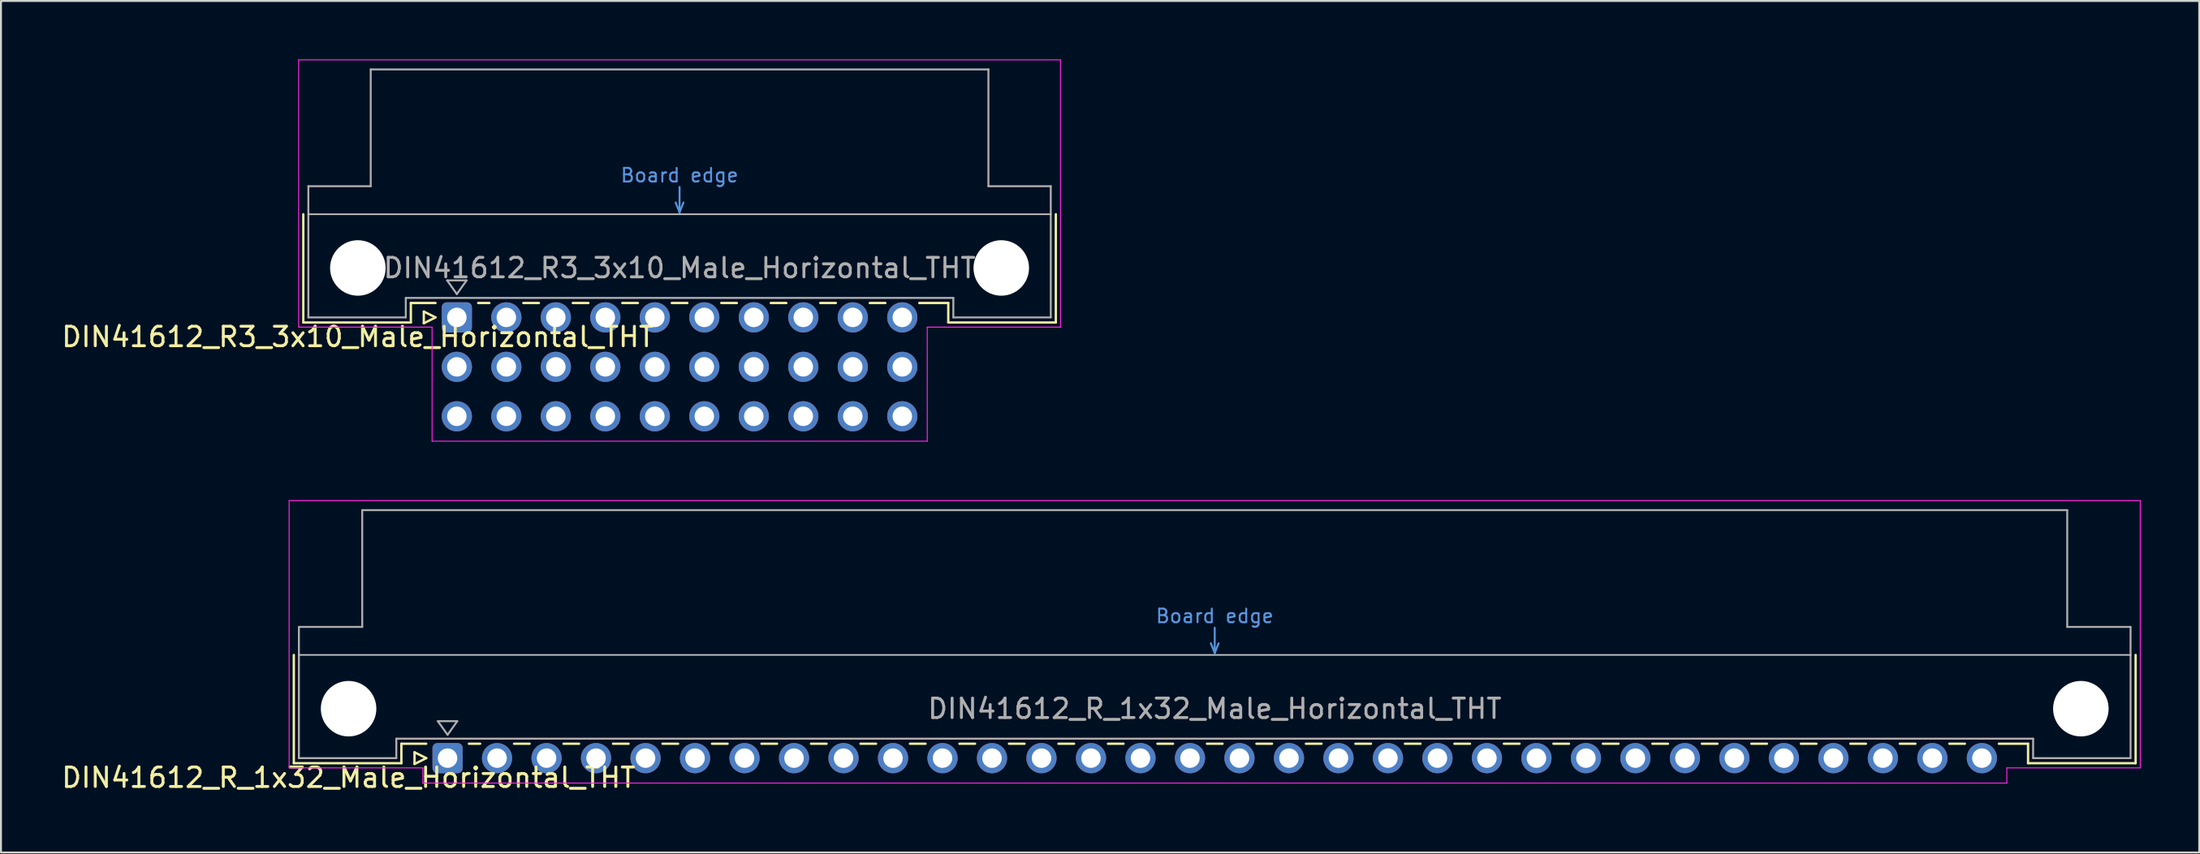
<source format=kicad_pcb>
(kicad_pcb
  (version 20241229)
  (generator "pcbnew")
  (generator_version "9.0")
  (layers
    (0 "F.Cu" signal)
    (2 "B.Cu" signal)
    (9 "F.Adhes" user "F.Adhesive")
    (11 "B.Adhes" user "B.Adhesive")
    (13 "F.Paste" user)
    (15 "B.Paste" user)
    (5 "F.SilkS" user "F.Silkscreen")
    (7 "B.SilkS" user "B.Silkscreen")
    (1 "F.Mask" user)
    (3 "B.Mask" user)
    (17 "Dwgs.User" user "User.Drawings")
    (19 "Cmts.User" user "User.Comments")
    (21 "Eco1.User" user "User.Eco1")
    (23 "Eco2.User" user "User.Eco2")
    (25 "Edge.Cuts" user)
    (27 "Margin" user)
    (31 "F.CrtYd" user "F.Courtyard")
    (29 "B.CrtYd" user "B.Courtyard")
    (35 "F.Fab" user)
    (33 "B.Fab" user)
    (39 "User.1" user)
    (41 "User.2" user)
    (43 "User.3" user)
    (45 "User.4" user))
  (footprint "DIN41612_R_1x32_Male_Horizontal_THT"
    (layer "F.Cu")
    (at 19.919 35.895)
    (property "Reference" "DIN41612_R_1x32_Male_Horizontal_THT" (at -5.08 1 0) (layer "F.SilkS") (effects (font (size 1 1) (thickness 0.15))))
    (attr through_hole)
    (fp_line (start -7.89 -5.3) (end -7.89 0.26) (stroke (width 0.12) (type solid)) (layer "F.SilkS"))
    (fp_line (start -7.89 0.26) (end -2.37 0.26) (stroke (width 0.12) (type solid)) (layer "F.SilkS"))
    (fp_line (start -2.371 -0.74) (end -1.095 -0.74) (stroke (width 0.12) (type solid)) (layer "F.SilkS"))
    (fp_line (start -2.37 0.26) (end -2.37 -0.74) (stroke (width 0.12) (type solid)) (layer "F.SilkS"))
    (fp_line (start -1.695 -0.3) (end -1.695 0.3) (stroke (width 0.12) (type solid)) (layer "F.SilkS"))
    (fp_line (start -1.695 0.3) (end -1.095 0) (stroke (width 0.12) (type solid)) (layer "F.SilkS"))
    (fp_line (start -1.095 0) (end -1.695 -0.3) (stroke (width 0.12) (type solid)) (layer "F.SilkS"))
    (fp_line (start 1.095 -0.74) (end 1.671 -0.74) (stroke (width 0.12) (type solid)) (layer "F.SilkS"))
    (fp_line (start 3.41 -0.74) (end 4.211 -0.74) (stroke (width 0.12) (type solid)) (layer "F.SilkS"))
    (fp_line (start 5.95 -0.74) (end 6.751 -0.74) (stroke (width 0.12) (type solid)) (layer "F.SilkS"))
    (fp_line (start 8.49 -0.74) (end 9.291 -0.74) (stroke (width 0.12) (type solid)) (layer "F.SilkS"))
    (fp_line (start 11.03 -0.74) (end 11.831 -0.74) (stroke (width 0.12) (type solid)) (layer "F.SilkS"))
    (fp_line (start 13.57 -0.74) (end 14.371 -0.74) (stroke (width 0.12) (type solid)) (layer "F.SilkS"))
    (fp_line (start 16.11 -0.74) (end 16.911 -0.74) (stroke (width 0.12) (type solid)) (layer "F.SilkS"))
    (fp_line (start 18.65 -0.74) (end 19.451 -0.74) (stroke (width 0.12) (type solid)) (layer "F.SilkS"))
    (fp_line (start 21.19 -0.74) (end 21.991 -0.74) (stroke (width 0.12) (type solid)) (layer "F.SilkS"))
    (fp_line (start 23.73 -0.74) (end 24.531 -0.74) (stroke (width 0.12) (type solid)) (layer "F.SilkS"))
    (fp_line (start 26.27 -0.74) (end 27.071 -0.74) (stroke (width 0.12) (type solid)) (layer "F.SilkS"))
    (fp_line (start 28.81 -0.74) (end 29.611 -0.74) (stroke (width 0.12) (type solid)) (layer "F.SilkS"))
    (fp_line (start 31.35 -0.74) (end 32.151 -0.74) (stroke (width 0.12) (type solid)) (layer "F.SilkS"))
    (fp_line (start 33.89 -0.74) (end 34.691 -0.74) (stroke (width 0.12) (type solid)) (layer "F.SilkS"))
    (fp_line (start 36.43 -0.74) (end 37.231 -0.74) (stroke (width 0.12) (type solid)) (layer "F.SilkS"))
    (fp_line (start 38.97 -0.74) (end 39.771 -0.74) (stroke (width 0.12) (type solid)) (layer "F.SilkS"))
    (fp_line (start 41.51 -0.74) (end 42.311 -0.74) (stroke (width 0.12) (type solid)) (layer "F.SilkS"))
    (fp_line (start 44.05 -0.74) (end 44.851 -0.74) (stroke (width 0.12) (type solid)) (layer "F.SilkS"))
    (fp_line (start 46.59 -0.74) (end 47.391 -0.74) (stroke (width 0.12) (type solid)) (layer "F.SilkS"))
    (fp_line (start 49.13 -0.74) (end 49.931 -0.74) (stroke (width 0.12) (type solid)) (layer "F.SilkS"))
    (fp_line (start 51.67 -0.74) (end 52.471 -0.74) (stroke (width 0.12) (type solid)) (layer "F.SilkS"))
    (fp_line (start 54.21 -0.74) (end 55.011 -0.74) (stroke (width 0.12) (type solid)) (layer "F.SilkS"))
    (fp_line (start 56.75 -0.74) (end 57.551 -0.74) (stroke (width 0.12) (type solid)) (layer "F.SilkS"))
    (fp_line (start 59.29 -0.74) (end 60.091 -0.74) (stroke (width 0.12) (type solid)) (layer "F.SilkS"))
    (fp_line (start 61.83 -0.74) (end 62.631 -0.74) (stroke (width 0.12) (type solid)) (layer "F.SilkS"))
    (fp_line (start 64.37 -0.74) (end 65.171 -0.74) (stroke (width 0.12) (type solid)) (layer "F.SilkS"))
    (fp_line (start 66.91 -0.74) (end 67.711 -0.74) (stroke (width 0.12) (type solid)) (layer "F.SilkS"))
    (fp_line (start 69.45 -0.74) (end 70.251 -0.74) (stroke (width 0.12) (type solid)) (layer "F.SilkS"))
    (fp_line (start 71.99 -0.74) (end 72.791 -0.74) (stroke (width 0.12) (type solid)) (layer "F.SilkS"))
    (fp_line (start 74.53 -0.74) (end 75.331 -0.74) (stroke (width 0.12) (type solid)) (layer "F.SilkS"))
    (fp_line (start 77.07 -0.74) (end 77.871 -0.74) (stroke (width 0.12) (type solid)) (layer "F.SilkS"))
    (fp_line (start 79.61 -0.74) (end 81.11 -0.74) (stroke (width 0.12) (type solid)) (layer "F.SilkS"))
    (fp_line (start 81.11 0.26) (end 81.11 -0.74) (stroke (width 0.12) (type solid)) (layer "F.SilkS"))
    (fp_line (start 86.63 -5.3) (end 86.63 0.26) (stroke (width 0.12) (type solid)) (layer "F.SilkS"))
    (fp_line (start 86.63 0.26) (end 81.11 0.26) (stroke (width 0.12) (type solid)) (layer "F.SilkS"))
    (fp_line (start -7.63 -5.3) (end 86.37 -5.3) (stroke (width 0.08) (type solid)) (layer "Dwgs.User"))
    (fp_line (start 39.17 -5.9) (end 39.37 -5.4) (stroke (width 0.1) (type solid)) (layer "Cmts.User"))
    (fp_line (start 39.37 -5.4) (end 39.37 -6.7) (stroke (width 0.1) (type solid)) (layer "Cmts.User"))
    (fp_line (start 39.37 -5.4) (end 39.57 -5.9) (stroke (width 0.1) (type solid)) (layer "Cmts.User"))
    (fp_line (start -8.13 -13.23) (end -8.13 0.5) (stroke (width 0.05) (type solid)) (layer "F.CrtYd"))
    (fp_line (start -8.13 0.5) (end -1.27 0.5) (stroke (width 0.05) (type solid)) (layer "F.CrtYd"))
    (fp_line (start -1.27 0.5) (end -1.27 1.28) (stroke (width 0.05) (type solid)) (layer "F.CrtYd"))
    (fp_line (start -1.27 1.28) (end 80.02 1.28) (stroke (width 0.05) (type solid)) (layer "F.CrtYd"))
    (fp_line (start 80.02 0.5) (end 86.87 0.5) (stroke (width 0.05) (type solid)) (layer "F.CrtYd"))
    (fp_line (start 80.02 1.28) (end 80.02 0.5) (stroke (width 0.05) (type solid)) (layer "F.CrtYd"))
    (fp_line (start 86.87 -13.23) (end -8.13 -13.23) (stroke (width 0.05) (type solid)) (layer "F.CrtYd"))
    (fp_line (start 86.87 0.5) (end 86.87 -13.23) (stroke (width 0.05) (type solid)) (layer "F.CrtYd"))
    (fp_line (start -7.63 -6.74) (end -7.63 0) (stroke (width 0.1) (type solid)) (layer "F.Fab"))
    (fp_line (start -7.63 0) (end -2.63 0) (stroke (width 0.1) (type solid)) (layer "F.Fab"))
    (fp_line (start -4.38 -12.74) (end -4.38 -6.74) (stroke (width 0.1) (type solid)) (layer "F.Fab"))
    (fp_line (start -4.38 -6.74) (end -7.63 -6.74) (stroke (width 0.1) (type solid)) (layer "F.Fab"))
    (fp_line (start -2.63 -1) (end 81.37 -1) (stroke (width 0.1) (type solid)) (layer "F.Fab"))
    (fp_line (start -2.63 0) (end -2.63 -1) (stroke (width 0.1) (type solid)) (layer "F.Fab"))
    (fp_line (start -0.5 -1.9) (end 0.5 -1.9) (stroke (width 0.1) (type solid)) (layer "F.Fab"))
    (fp_line (start 0 -1.2) (end -0.5 -1.9) (stroke (width 0.1) (type solid)) (layer "F.Fab"))
    (fp_line (start 0.5 -1.9) (end 0 -1.2) (stroke (width 0.1) (type solid)) (layer "F.Fab"))
    (fp_line (start 81.37 -1) (end 81.37 0) (stroke (width 0.1) (type solid)) (layer "F.Fab"))
    (fp_line (start 81.37 0) (end 86.37 0) (stroke (width 0.1) (type solid)) (layer "F.Fab"))
    (fp_line (start 83.12 -12.74) (end -4.38 -12.74) (stroke (width 0.1) (type solid)) (layer "F.Fab"))
    (fp_line (start 83.12 -6.74) (end 83.12 -12.74) (stroke (width 0.1) (type solid)) (layer "F.Fab"))
    (fp_line (start 86.37 -6.74) (end 83.12 -6.74) (stroke (width 0.1) (type solid)) (layer "F.Fab"))
    (fp_line (start 86.37 0) (end 86.37 -6.74) (stroke (width 0.1) (type solid)) (layer "F.Fab"))
    (fp_text user "Board edge" (at 39.37 -7.3 0) (layer "Cmts.User") (effects (font (size 0.7 0.7) (thickness 0.1))))
    (fp_text user "${REFERENCE}" (at 39.37 -2.54 0) (layer "F.Fab") (effects (font (size 1 1) (thickness 0.15))))
    (pad "" np_thru_hole circle (at -5.08 -2.54) (size 2.85 2.85) (drill 2.85) (layers "*.Cu" "*.Mask"))
    (pad "" np_thru_hole circle (at 83.82 -2.54) (size 2.85 2.85) (drill 2.85) (layers "*.Cu" "*.Mask"))
    (pad "a1" thru_hole roundrect (at 0 0) (size 1.55 1.55) (drill 1) (layers "*.Cu" "*.Mask") (roundrect_rratio 0.161))
    (pad "a2" thru_hole circle (at 2.54 0) (size 1.55 1.55) (drill 1) (layers "*.Cu" "*.Mask"))
    (pad "a3" thru_hole circle (at 5.08 0) (size 1.55 1.55) (drill 1) (layers "*.Cu" "*.Mask"))
    (pad "a4" thru_hole circle (at 7.62 0) (size 1.55 1.55) (drill 1) (layers "*.Cu" "*.Mask"))
    (pad "a5" thru_hole circle (at 10.16 0) (size 1.55 1.55) (drill 1) (layers "*.Cu" "*.Mask"))
    (pad "a6" thru_hole circle (at 12.7 0) (size 1.55 1.55) (drill 1) (layers "*.Cu" "*.Mask"))
    (pad "a7" thru_hole circle (at 15.24 0) (size 1.55 1.55) (drill 1) (layers "*.Cu" "*.Mask"))
    (pad "a8" thru_hole circle (at 17.78 0) (size 1.55 1.55) (drill 1) (layers "*.Cu" "*.Mask"))
    (pad "a9" thru_hole circle (at 20.32 0) (size 1.55 1.55) (drill 1) (layers "*.Cu" "*.Mask"))
    (pad "a10" thru_hole circle (at 22.86 0) (size 1.55 1.55) (drill 1) (layers "*.Cu" "*.Mask"))
    (pad "a11" thru_hole circle (at 25.4 0) (size 1.55 1.55) (drill 1) (layers "*.Cu" "*.Mask"))
    (pad "a12" thru_hole circle (at 27.94 0) (size 1.55 1.55) (drill 1) (layers "*.Cu" "*.Mask"))
    (pad "a13" thru_hole circle (at 30.48 0) (size 1.55 1.55) (drill 1) (layers "*.Cu" "*.Mask"))
    (pad "a14" thru_hole circle (at 33.02 0) (size 1.55 1.55) (drill 1) (layers "*.Cu" "*.Mask"))
    (pad "a15" thru_hole circle (at 35.56 0) (size 1.55 1.55) (drill 1) (layers "*.Cu" "*.Mask"))
    (pad "a16" thru_hole circle (at 38.1 0) (size 1.55 1.55) (drill 1) (layers "*.Cu" "*.Mask"))
    (pad "a17" thru_hole circle (at 40.64 0) (size 1.55 1.55) (drill 1) (layers "*.Cu" "*.Mask"))
    (pad "a18" thru_hole circle (at 43.18 0) (size 1.55 1.55) (drill 1) (layers "*.Cu" "*.Mask"))
    (pad "a19" thru_hole circle (at 45.72 0) (size 1.55 1.55) (drill 1) (layers "*.Cu" "*.Mask"))
    (pad "a20" thru_hole circle (at 48.26 0) (size 1.55 1.55) (drill 1) (layers "*.Cu" "*.Mask"))
    (pad "a21" thru_hole circle (at 50.8 0) (size 1.55 1.55) (drill 1) (layers "*.Cu" "*.Mask"))
    (pad "a22" thru_hole circle (at 53.34 0) (size 1.55 1.55) (drill 1) (layers "*.Cu" "*.Mask"))
    (pad "a23" thru_hole circle (at 55.88 0) (size 1.55 1.55) (drill 1) (layers "*.Cu" "*.Mask"))
    (pad "a24" thru_hole circle (at 58.42 0) (size 1.55 1.55) (drill 1) (layers "*.Cu" "*.Mask"))
    (pad "a25" thru_hole circle (at 60.96 0) (size 1.55 1.55) (drill 1) (layers "*.Cu" "*.Mask"))
    (pad "a26" thru_hole circle (at 63.5 0) (size 1.55 1.55) (drill 1) (layers "*.Cu" "*.Mask"))
    (pad "a27" thru_hole circle (at 66.04 0) (size 1.55 1.55) (drill 1) (layers "*.Cu" "*.Mask"))
    (pad "a28" thru_hole circle (at 68.58 0) (size 1.55 1.55) (drill 1) (layers "*.Cu" "*.Mask"))
    (pad "a29" thru_hole circle (at 71.12 0) (size 1.55 1.55) (drill 1) (layers "*.Cu" "*.Mask"))
    (pad "a30" thru_hole circle (at 73.66 0) (size 1.55 1.55) (drill 1) (layers "*.Cu" "*.Mask"))
    (pad "a31" thru_hole circle (at 76.2 0) (size 1.55 1.55) (drill 1) (layers "*.Cu" "*.Mask"))
    (pad "a32" thru_hole circle (at 78.74 0) (size 1.55 1.55) (drill 1) (layers "*.Cu" "*.Mask")))
  (footprint "DIN41612_R3_3x10_Male_Horizontal_THT"
    (layer "F.Cu")
    (at 20.395 13.255)
    (property "Reference" "DIN41612_R3_3x10_Male_Horizontal_THT" (at -5.08 1 0) (layer "F.SilkS") (effects (font (size 1 1) (thickness 0.15))))
    (attr through_hole)
    (fp_line (start -7.88 -5.3) (end -7.88 0.26) (stroke (width 0.12) (type solid)) (layer "F.SilkS"))
    (fp_line (start -7.88 0.26) (end -2.36 0.26) (stroke (width 0.12) (type solid)) (layer "F.SilkS"))
    (fp_line (start -2.361 -0.74) (end -1.095 -0.74) (stroke (width 0.12) (type solid)) (layer "F.SilkS"))
    (fp_line (start -2.36 0.26) (end -2.36 -0.74) (stroke (width 0.12) (type solid)) (layer "F.SilkS"))
    (fp_line (start -1.695 -0.3) (end -1.695 0.3) (stroke (width 0.12) (type solid)) (layer "F.SilkS"))
    (fp_line (start -1.695 0.3) (end -1.095 0) (stroke (width 0.12) (type solid)) (layer "F.SilkS"))
    (fp_line (start -1.095 0) (end -1.695 -0.3) (stroke (width 0.12) (type solid)) (layer "F.SilkS"))
    (fp_line (start 1.095 -0.74) (end 1.671 -0.74) (stroke (width 0.12) (type solid)) (layer "F.SilkS"))
    (fp_line (start 3.41 -0.74) (end 4.211 -0.74) (stroke (width 0.12) (type solid)) (layer "F.SilkS"))
    (fp_line (start 5.95 -0.74) (end 6.751 -0.74) (stroke (width 0.12) (type solid)) (layer "F.SilkS"))
    (fp_line (start 8.49 -0.74) (end 9.291 -0.74) (stroke (width 0.12) (type solid)) (layer "F.SilkS"))
    (fp_line (start 11.03 -0.74) (end 11.831 -0.74) (stroke (width 0.12) (type solid)) (layer "F.SilkS"))
    (fp_line (start 13.57 -0.74) (end 14.371 -0.74) (stroke (width 0.12) (type solid)) (layer "F.SilkS"))
    (fp_line (start 16.11 -0.74) (end 16.911 -0.74) (stroke (width 0.12) (type solid)) (layer "F.SilkS"))
    (fp_line (start 18.65 -0.74) (end 19.451 -0.74) (stroke (width 0.12) (type solid)) (layer "F.SilkS"))
    (fp_line (start 21.19 -0.74) (end 21.991 -0.74) (stroke (width 0.12) (type solid)) (layer "F.SilkS"))
    (fp_line (start 23.73 -0.74) (end 25.22 -0.74) (stroke (width 0.12) (type solid)) (layer "F.SilkS"))
    (fp_line (start 25.22 0.26) (end 25.22 -0.74) (stroke (width 0.12) (type solid)) (layer "F.SilkS"))
    (fp_line (start 30.74 -5.3) (end 30.74 0.26) (stroke (width 0.12) (type solid)) (layer "F.SilkS"))
    (fp_line (start 30.74 0.26) (end 25.22 0.26) (stroke (width 0.12) (type solid)) (layer "F.SilkS"))
    (fp_line (start -7.62 -5.3) (end 30.48 -5.3) (stroke (width 0.08) (type solid)) (layer "Dwgs.User"))
    (fp_line (start 11.23 -5.9) (end 11.43 -5.4) (stroke (width 0.1) (type solid)) (layer "Cmts.User"))
    (fp_line (start 11.43 -5.4) (end 11.43 -6.7) (stroke (width 0.1) (type solid)) (layer "Cmts.User"))
    (fp_line (start 11.43 -5.4) (end 11.63 -5.9) (stroke (width 0.1) (type solid)) (layer "Cmts.User"))
    (fp_line (start -8.12 -13.23) (end -8.12 0.5) (stroke (width 0.05) (type solid)) (layer "F.CrtYd"))
    (fp_line (start -8.12 0.5) (end -1.27 0.5) (stroke (width 0.05) (type solid)) (layer "F.CrtYd"))
    (fp_line (start -1.27 0.5) (end -1.27 6.36) (stroke (width 0.05) (type solid)) (layer "F.CrtYd"))
    (fp_line (start -1.27 6.36) (end 24.14 6.36) (stroke (width 0.05) (type solid)) (layer "F.CrtYd"))
    (fp_line (start 24.14 0.5) (end 30.98 0.5) (stroke (width 0.05) (type solid)) (layer "F.CrtYd"))
    (fp_line (start 24.14 6.36) (end 24.14 0.5) (stroke (width 0.05) (type solid)) (layer "F.CrtYd"))
    (fp_line (start 30.98 -13.23) (end -8.12 -13.23) (stroke (width 0.05) (type solid)) (layer "F.CrtYd"))
    (fp_line (start 30.98 0.5) (end 30.98 -13.23) (stroke (width 0.05) (type solid)) (layer "F.CrtYd"))
    (fp_line (start -7.62 -6.74) (end -7.62 0) (stroke (width 0.1) (type solid)) (layer "F.Fab"))
    (fp_line (start -7.62 0) (end -2.62 0) (stroke (width 0.1) (type solid)) (layer "F.Fab"))
    (fp_line (start -4.42 -12.74) (end -4.42 -6.74) (stroke (width 0.1) (type solid)) (layer "F.Fab"))
    (fp_line (start -4.42 -6.74) (end -7.62 -6.74) (stroke (width 0.1) (type solid)) (layer "F.Fab"))
    (fp_line (start -2.62 -1) (end 25.48 -1) (stroke (width 0.1) (type solid)) (layer "F.Fab"))
    (fp_line (start -2.62 0) (end -2.62 -1) (stroke (width 0.1) (type solid)) (layer "F.Fab"))
    (fp_line (start -0.5 -1.9) (end 0.5 -1.9) (stroke (width 0.1) (type solid)) (layer "F.Fab"))
    (fp_line (start 0 -1.2) (end -0.5 -1.9) (stroke (width 0.1) (type solid)) (layer "F.Fab"))
    (fp_line (start 0.5 -1.9) (end 0 -1.2) (stroke (width 0.1) (type solid)) (layer "F.Fab"))
    (fp_line (start 25.48 -1) (end 25.48 0) (stroke (width 0.1) (type solid)) (layer "F.Fab"))
    (fp_line (start 25.48 0) (end 30.48 0) (stroke (width 0.1) (type solid)) (layer "F.Fab"))
    (fp_line (start 27.28 -12.74) (end -4.42 -12.74) (stroke (width 0.1) (type solid)) (layer "F.Fab"))
    (fp_line (start 27.28 -6.74) (end 27.28 -12.74) (stroke (width 0.1) (type solid)) (layer "F.Fab"))
    (fp_line (start 30.48 -6.74) (end 27.28 -6.74) (stroke (width 0.1) (type solid)) (layer "F.Fab"))
    (fp_line (start 30.48 0) (end 30.48 -6.74) (stroke (width 0.1) (type solid)) (layer "F.Fab"))
    (fp_text user "Board edge" (at 11.43 -7.3 0) (layer "Cmts.User") (effects (font (size 0.7 0.7) (thickness 0.1))))
    (fp_text user "${REFERENCE}" (at 11.43 -2.54 0) (layer "F.Fab") (effects (font (size 1 1) (thickness 0.15))))
    (pad "" np_thru_hole circle (at -5.08 -2.54) (size 2.85 2.85) (drill 2.85) (layers "*.Cu" "*.Mask"))
    (pad "" np_thru_hole circle (at 27.94 -2.54) (size 2.85 2.85) (drill 2.85) (layers "*.Cu" "*.Mask"))
    (pad "a1" thru_hole roundrect (at 0 0) (size 1.55 1.55) (drill 1) (layers "*.Cu" "*.Mask") (roundrect_rratio 0.161))
    (pad "a2" thru_hole circle (at 2.54 0) (size 1.55 1.55) (drill 1) (layers "*.Cu" "*.Mask"))
    (pad "a3" thru_hole circle (at 5.08 0) (size 1.55 1.55) (drill 1) (layers "*.Cu" "*.Mask"))
    (pad "a4" thru_hole circle (at 7.62 0) (size 1.55 1.55) (drill 1) (layers "*.Cu" "*.Mask"))
    (pad "a5" thru_hole circle (at 10.16 0) (size 1.55 1.55) (drill 1) (layers "*.Cu" "*.Mask"))
    (pad "a6" thru_hole circle (at 12.7 0) (size 1.55 1.55) (drill 1) (layers "*.Cu" "*.Mask"))
    (pad "a7" thru_hole circle (at 15.24 0) (size 1.55 1.55) (drill 1) (layers "*.Cu" "*.Mask"))
    (pad "a8" thru_hole circle (at 17.78 0) (size 1.55 1.55) (drill 1) (layers "*.Cu" "*.Mask"))
    (pad "a9" thru_hole circle (at 20.32 0) (size 1.55 1.55) (drill 1) (layers "*.Cu" "*.Mask"))
    (pad "a10" thru_hole circle (at 22.86 0) (size 1.55 1.55) (drill 1) (layers "*.Cu" "*.Mask"))
    (pad "b1" thru_hole circle (at 0 2.54) (size 1.55 1.55) (drill 1) (layers "*.Cu" "*.Mask"))
    (pad "b2" thru_hole circle (at 2.54 2.54) (size 1.55 1.55) (drill 1) (layers "*.Cu" "*.Mask"))
    (pad "b3" thru_hole circle (at 5.08 2.54) (size 1.55 1.55) (drill 1) (layers "*.Cu" "*.Mask"))
    (pad "b4" thru_hole circle (at 7.62 2.54) (size 1.55 1.55) (drill 1) (layers "*.Cu" "*.Mask"))
    (pad "b5" thru_hole circle (at 10.16 2.54) (size 1.55 1.55) (drill 1) (layers "*.Cu" "*.Mask"))
    (pad "b6" thru_hole circle (at 12.7 2.54) (size 1.55 1.55) (drill 1) (layers "*.Cu" "*.Mask"))
    (pad "b7" thru_hole circle (at 15.24 2.54) (size 1.55 1.55) (drill 1) (layers "*.Cu" "*.Mask"))
    (pad "b8" thru_hole circle (at 17.78 2.54) (size 1.55 1.55) (drill 1) (layers "*.Cu" "*.Mask"))
    (pad "b9" thru_hole circle (at 20.32 2.54) (size 1.55 1.55) (drill 1) (layers "*.Cu" "*.Mask"))
    (pad "b10" thru_hole circle (at 22.86 2.54) (size 1.55 1.55) (drill 1) (layers "*.Cu" "*.Mask"))
    (pad "c1" thru_hole circle (at 0 5.08) (size 1.55 1.55) (drill 1) (layers "*.Cu" "*.Mask"))
    (pad "c2" thru_hole circle (at 2.54 5.08) (size 1.55 1.55) (drill 1) (layers "*.Cu" "*.Mask"))
    (pad "c3" thru_hole circle (at 5.08 5.08) (size 1.55 1.55) (drill 1) (layers "*.Cu" "*.Mask"))
    (pad "c4" thru_hole circle (at 7.62 5.08) (size 1.55 1.55) (drill 1) (layers "*.Cu" "*.Mask"))
    (pad "c5" thru_hole circle (at 10.16 5.08) (size 1.55 1.55) (drill 1) (layers "*.Cu" "*.Mask"))
    (pad "c6" thru_hole circle (at 12.7 5.08) (size 1.55 1.55) (drill 1) (layers "*.Cu" "*.Mask"))
    (pad "c7" thru_hole circle (at 15.24 5.08) (size 1.55 1.55) (drill 1) (layers "*.Cu" "*.Mask"))
    (pad "c8" thru_hole circle (at 17.78 5.08) (size 1.55 1.55) (drill 1) (layers "*.Cu" "*.Mask"))
    (pad "c9" thru_hole circle (at 20.32 5.08) (size 1.55 1.55) (drill 1) (layers "*.Cu" "*.Mask"))
    (pad "c10" thru_hole circle (at 22.86 5.08) (size 1.55 1.55) (drill 1) (layers "*.Cu" "*.Mask")))
  (gr_rect
    (start -3 -3)
    (end 109.814 40.743)
    (stroke (width 0.1) (type default))
    (fill no)
    (layer "Edge.Cuts")))
</source>
